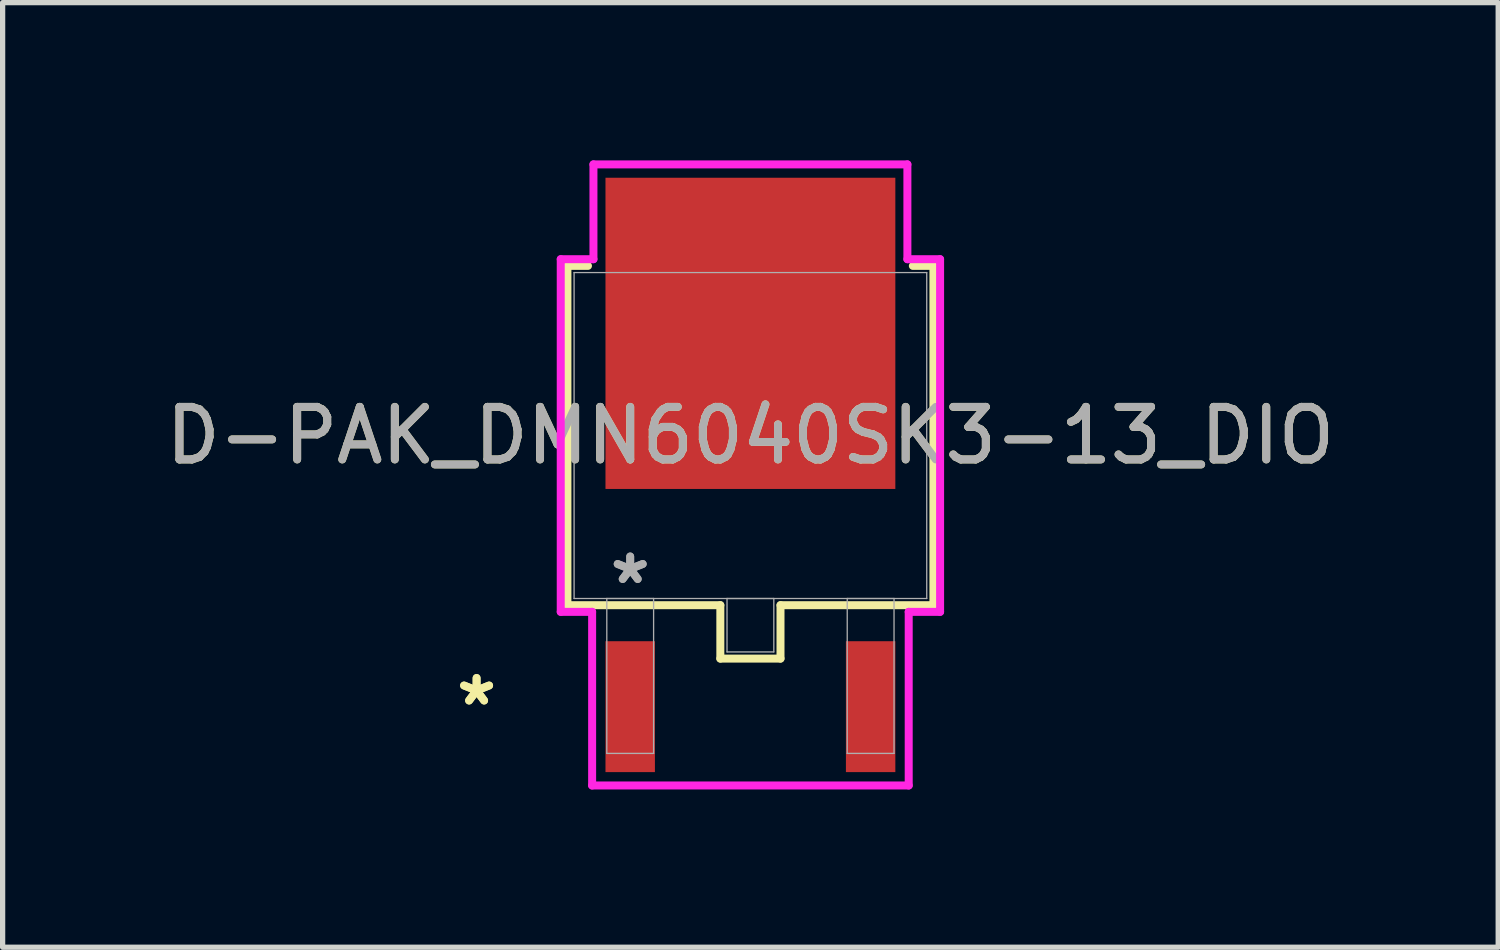
<source format=kicad_pcb>
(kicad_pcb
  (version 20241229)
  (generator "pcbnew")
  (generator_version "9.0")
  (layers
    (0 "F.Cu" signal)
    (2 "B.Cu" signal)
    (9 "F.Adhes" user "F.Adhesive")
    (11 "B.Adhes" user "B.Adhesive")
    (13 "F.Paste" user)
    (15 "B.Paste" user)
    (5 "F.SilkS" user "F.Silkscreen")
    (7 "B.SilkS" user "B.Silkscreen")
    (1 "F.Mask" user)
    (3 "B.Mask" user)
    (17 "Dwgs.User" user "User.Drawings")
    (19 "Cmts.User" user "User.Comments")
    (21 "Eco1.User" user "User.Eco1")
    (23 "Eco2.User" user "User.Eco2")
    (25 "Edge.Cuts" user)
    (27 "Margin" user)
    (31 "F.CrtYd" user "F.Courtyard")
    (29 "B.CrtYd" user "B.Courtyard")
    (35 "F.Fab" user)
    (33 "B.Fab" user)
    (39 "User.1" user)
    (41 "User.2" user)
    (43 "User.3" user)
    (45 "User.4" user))
  (footprint "D-PAK_DMN6040SK3-13_DIO"
    (layer "F.Cu")
    (at 11.22 5.232)
    (property "Reference" "D-PAK_DMN6040SK3-13_DIO" (at 0 0 0) (unlocked yes) (layer "F.SilkS") (effects (font (size 1 1) (thickness 0.15))))
    (attr smd)
    (fp_line (start -3.48 -3.226) (end -3.48 3.226) (stroke (width 0.152) (type solid)) (layer "F.SilkS"))
    (fp_line (start -3.48 3.226) (end -0.572 3.226) (stroke (width 0.152) (type solid)) (layer "F.SilkS"))
    (fp_line (start -3.089 -3.226) (end -3.48 -3.226) (stroke (width 0.152) (type solid)) (layer "F.SilkS"))
    (fp_line (start -0.572 3.226) (end -0.572 4.242) (stroke (width 0.152) (type solid)) (layer "F.SilkS"))
    (fp_line (start -0.572 4.242) (end 0.572 4.242) (stroke (width 0.152) (type solid)) (layer "F.SilkS"))
    (fp_line (start 0.572 3.226) (end 3.48 3.226) (stroke (width 0.152) (type solid)) (layer "F.SilkS"))
    (fp_line (start 0.572 4.242) (end 0.572 3.226) (stroke (width 0.152) (type solid)) (layer "F.SilkS"))
    (fp_line (start 3.48 -3.226) (end 3.089 -3.226) (stroke (width 0.152) (type solid)) (layer "F.SilkS"))
    (fp_line (start 3.48 3.226) (end 3.48 -3.226) (stroke (width 0.152) (type solid)) (layer "F.SilkS"))
    (fp_line (start -3.607 -3.353) (end -2.985 -3.353) (stroke (width 0.152) (type solid)) (layer "F.CrtYd"))
    (fp_line (start -3.607 3.353) (end -3.607 -3.353) (stroke (width 0.152) (type solid)) (layer "F.CrtYd"))
    (fp_line (start -3.01 3.353) (end -3.607 3.353) (stroke (width 0.152) (type solid)) (layer "F.CrtYd"))
    (fp_line (start -3.01 6.655) (end -3.01 3.353) (stroke (width 0.152) (type solid)) (layer "F.CrtYd"))
    (fp_line (start -2.985 -5.156) (end 2.985 -5.156) (stroke (width 0.152) (type solid)) (layer "F.CrtYd"))
    (fp_line (start -2.985 -3.353) (end -2.985 -5.156) (stroke (width 0.152) (type solid)) (layer "F.CrtYd"))
    (fp_line (start 2.985 -5.156) (end 2.985 -3.353) (stroke (width 0.152) (type solid)) (layer "F.CrtYd"))
    (fp_line (start 2.985 -3.353) (end 3.607 -3.353) (stroke (width 0.152) (type solid)) (layer "F.CrtYd"))
    (fp_line (start 3.01 3.353) (end 3.01 6.655) (stroke (width 0.152) (type solid)) (layer "F.CrtYd"))
    (fp_line (start 3.01 6.655) (end -3.01 6.655) (stroke (width 0.152) (type solid)) (layer "F.CrtYd"))
    (fp_line (start 3.607 -3.353) (end 3.607 3.353) (stroke (width 0.152) (type solid)) (layer "F.CrtYd"))
    (fp_line (start 3.607 3.353) (end 3.01 3.353) (stroke (width 0.152) (type solid)) (layer "F.CrtYd"))
    (fp_line (start -3.353 -3.099) (end -3.353 3.099) (stroke (width 0.025) (type solid)) (layer "F.Fab"))
    (fp_line (start -3.353 3.099) (end 3.353 3.099) (stroke (width 0.025) (type solid)) (layer "F.Fab"))
    (fp_line (start -2.731 3.099) (end -2.731 6.045) (stroke (width 0.025) (type solid)) (layer "F.Fab"))
    (fp_line (start -2.731 6.045) (end -1.841 6.045) (stroke (width 0.025) (type solid)) (layer "F.Fab"))
    (fp_line (start -1.841 3.099) (end -2.731 3.099) (stroke (width 0.025) (type solid)) (layer "F.Fab"))
    (fp_line (start -1.841 6.045) (end -1.841 3.099) (stroke (width 0.025) (type solid)) (layer "F.Fab"))
    (fp_line (start -0.445 3.099) (end -0.445 4.115) (stroke (width 0.025) (type solid)) (layer "F.Fab"))
    (fp_line (start -0.445 4.115) (end 0.445 4.115) (stroke (width 0.025) (type solid)) (layer "F.Fab"))
    (fp_line (start 0.445 3.099) (end -0.445 3.099) (stroke (width 0.025) (type solid)) (layer "F.Fab"))
    (fp_line (start 0.445 4.115) (end 0.445 3.099) (stroke (width 0.025) (type solid)) (layer "F.Fab"))
    (fp_line (start 1.841 3.099) (end 1.841 6.045) (stroke (width 0.025) (type solid)) (layer "F.Fab"))
    (fp_line (start 1.841 6.045) (end 2.731 6.045) (stroke (width 0.025) (type solid)) (layer "F.Fab"))
    (fp_line (start 2.731 3.099) (end 1.841 3.099) (stroke (width 0.025) (type solid)) (layer "F.Fab"))
    (fp_line (start 2.731 6.045) (end 2.731 3.099) (stroke (width 0.025) (type solid)) (layer "F.Fab"))
    (fp_line (start 3.353 -3.099) (end -3.353 -3.099) (stroke (width 0.025) (type solid)) (layer "F.Fab"))
    (fp_line (start 3.353 3.099) (end 3.353 -3.099) (stroke (width 0.025) (type solid)) (layer "F.Fab"))
    (fp_text user "*" (at -5.207 5.156 0) (layer "F.SilkS") (effects (font (size 1 1) (thickness 0.15))))
    (fp_text user "*" (at -5.207 5.156 0) (unlocked yes) (layer "F.SilkS") (effects (font (size 1 1) (thickness 0.15))))
    (fp_text user "*" (at -2.286 2.845 0) (layer "F.Fab") (effects (font (size 1 1) (thickness 0.15))))
    (fp_text user "${REFERENCE}" (at 0 0 0) (unlocked yes) (layer "F.Fab") (effects (font (size 1 1) (thickness 0.15))))
    (fp_text user "*" (at -2.286 2.845 0) (unlocked yes) (layer "F.Fab") (effects (font (size 1 1) (thickness 0.15))))
    (pad "1" smd rect (at -2.286 5.156) (size 0.94 2.489) (layers "F.Cu" "F.Mask" "F.Paste"))
    (pad "2" smd rect (at 2.286 5.156) (size 0.94 2.489) (layers "F.Cu" "F.Mask" "F.Paste"))
    (pad "3" smd rect (at 0 -1.943) (size 5.512 5.918) (layers "F.Cu" "F.Mask" "F.Paste")))
  (gr_rect
    (start -3 -3)
    (end 25.44 14.963)
    (stroke (width 0.1) (type default))
    (fill no)
    (layer "Edge.Cuts")))
</source>
